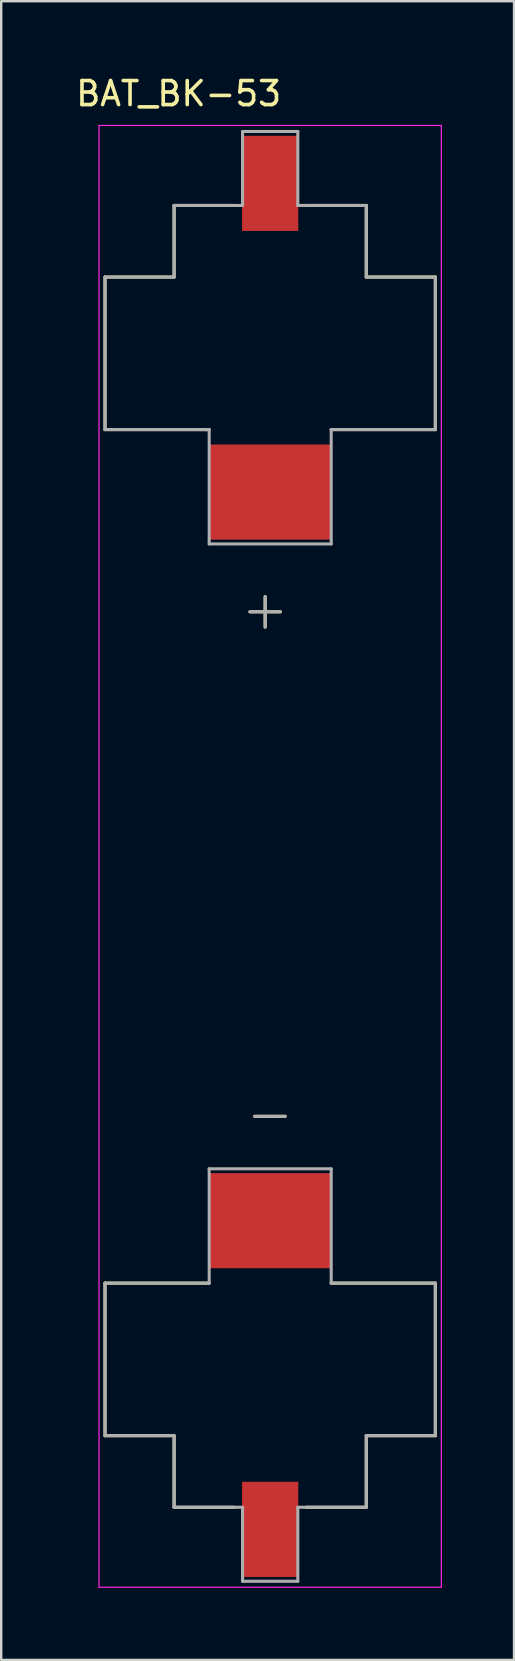
<source format=kicad_pcb>
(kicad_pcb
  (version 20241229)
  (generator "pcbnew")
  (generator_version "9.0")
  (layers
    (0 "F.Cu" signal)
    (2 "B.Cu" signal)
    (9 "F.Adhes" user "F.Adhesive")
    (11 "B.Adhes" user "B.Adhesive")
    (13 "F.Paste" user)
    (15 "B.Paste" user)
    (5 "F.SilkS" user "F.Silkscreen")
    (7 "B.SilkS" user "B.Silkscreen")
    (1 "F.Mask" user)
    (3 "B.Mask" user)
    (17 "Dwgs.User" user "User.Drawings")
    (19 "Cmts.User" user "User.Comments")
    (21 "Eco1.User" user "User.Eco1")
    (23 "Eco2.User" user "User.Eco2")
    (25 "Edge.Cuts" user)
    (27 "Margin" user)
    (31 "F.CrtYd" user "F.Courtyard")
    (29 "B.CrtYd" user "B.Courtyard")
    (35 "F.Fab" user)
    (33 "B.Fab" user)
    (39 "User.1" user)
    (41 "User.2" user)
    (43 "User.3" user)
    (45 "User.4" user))
  (footprint "BAT_BK-53"
    (layer "F.Cu")
    (at 8.197 32.598)
    (property "Reference" "BAT_BK-53" (at -3.81 -31.75 0) (layer "F.SilkS") (effects (font (size 1 1) (thickness 0.15))))
    (attr smd)
    (fp_line (start -6.875 -24.115) (end -6.875 -17.765) (stroke (width 0.127) (type solid)) (layer "F.SilkS"))
    (fp_line (start -6.875 -17.765) (end -2.54 -17.765) (stroke (width 0.127) (type solid)) (layer "F.SilkS"))
    (fp_line (start -6.875 17.765) (end -6.875 24.115) (stroke (width 0.127) (type solid)) (layer "F.SilkS"))
    (fp_line (start -6.875 24.115) (end -4 24.115) (stroke (width 0.127) (type solid)) (layer "F.SilkS"))
    (fp_line (start -4 -27.095) (end -4 -24.115) (stroke (width 0.127) (type solid)) (layer "F.SilkS"))
    (fp_line (start -4 -24.115) (end -6.875 -24.115) (stroke (width 0.127) (type solid)) (layer "F.SilkS"))
    (fp_line (start -4 24.115) (end -4 27.095) (stroke (width 0.127) (type solid)) (layer "F.SilkS"))
    (fp_line (start -4 27.095) (end -1.5 27.095) (stroke (width 0.127) (type solid)) (layer "F.SilkS"))
    (fp_line (start -2.54 17.765) (end -6.875 17.765) (stroke (width 0.127) (type solid)) (layer "F.SilkS"))
    (fp_line (start -1.5 -27.095) (end -4 -27.095) (stroke (width 0.127) (type solid)) (layer "F.SilkS"))
    (fp_line (start -0.845 -10.18) (end 0.425 -10.18) (stroke (width 0.127) (type solid)) (layer "F.SilkS"))
    (fp_line (start -0.645 10.82) (end 0.625 10.82) (stroke (width 0.127) (type solid)) (layer "F.SilkS"))
    (fp_line (start -0.21 -10.815) (end -0.21 -9.545) (stroke (width 0.127) (type solid)) (layer "F.SilkS"))
    (fp_line (start 1.5 27.095) (end 4 27.095) (stroke (width 0.127) (type solid)) (layer "F.SilkS"))
    (fp_line (start 2.54 -17.765) (end 6.875 -17.765) (stroke (width 0.127) (type solid)) (layer "F.SilkS"))
    (fp_line (start 4 -27.095) (end 1.5 -27.095) (stroke (width 0.127) (type solid)) (layer "F.SilkS"))
    (fp_line (start 4 -24.115) (end 4 -27.095) (stroke (width 0.127) (type solid)) (layer "F.SilkS"))
    (fp_line (start 4 24.115) (end 6.875 24.115) (stroke (width 0.127) (type solid)) (layer "F.SilkS"))
    (fp_line (start 4 27.095) (end 4 24.115) (stroke (width 0.127) (type solid)) (layer "F.SilkS"))
    (fp_line (start 6.875 -24.115) (end 4 -24.115) (stroke (width 0.127) (type solid)) (layer "F.SilkS"))
    (fp_line (start 6.875 -17.765) (end 6.875 -24.115) (stroke (width 0.127) (type solid)) (layer "F.SilkS"))
    (fp_line (start 6.875 17.765) (end 2.54 17.765) (stroke (width 0.127) (type solid)) (layer "F.SilkS"))
    (fp_line (start 6.875 24.115) (end 6.875 17.765) (stroke (width 0.127) (type solid)) (layer "F.SilkS"))
    (fp_line (start -7.125 -30.425) (end -7.125 30.425) (stroke (width 0.05) (type solid)) (layer "F.CrtYd"))
    (fp_line (start -7.125 30.425) (end 7.125 30.425) (stroke (width 0.05) (type solid)) (layer "F.CrtYd"))
    (fp_line (start 7.125 -30.425) (end -7.125 -30.425) (stroke (width 0.05) (type solid)) (layer "F.CrtYd"))
    (fp_line (start 7.125 30.425) (end 7.125 -30.425) (stroke (width 0.05) (type solid)) (layer "F.CrtYd"))
    (fp_line (start -6.875 -24.115) (end -6.875 -17.765) (stroke (width 0.127) (type solid)) (layer "F.Fab"))
    (fp_line (start -6.875 -17.765) (end -2.54 -17.765) (stroke (width 0.127) (type solid)) (layer "F.Fab"))
    (fp_line (start -6.875 17.765) (end -6.875 24.115) (stroke (width 0.127) (type solid)) (layer "F.Fab"))
    (fp_line (start -6.875 24.115) (end -4 24.115) (stroke (width 0.127) (type solid)) (layer "F.Fab"))
    (fp_line (start -4 -27.095) (end -4 -24.115) (stroke (width 0.127) (type solid)) (layer "F.Fab"))
    (fp_line (start -4 -24.115) (end -6.875 -24.115) (stroke (width 0.127) (type solid)) (layer "F.Fab"))
    (fp_line (start -4 24.115) (end -4 27.095) (stroke (width 0.127) (type solid)) (layer "F.Fab"))
    (fp_line (start -4 27.095) (end -1.15 27.095) (stroke (width 0.127) (type solid)) (layer "F.Fab"))
    (fp_line (start -2.54 -17.765) (end -2.54 -13.005) (stroke (width 0.127) (type solid)) (layer "F.Fab"))
    (fp_line (start -2.54 -13.005) (end 2.54 -13.005) (stroke (width 0.127) (type solid)) (layer "F.Fab"))
    (fp_line (start -2.54 13.005) (end -2.54 17.765) (stroke (width 0.127) (type solid)) (layer "F.Fab"))
    (fp_line (start -2.54 17.765) (end -6.875 17.765) (stroke (width 0.127) (type solid)) (layer "F.Fab"))
    (fp_line (start -1.15 -30.175) (end -1.15 -27.095) (stroke (width 0.127) (type solid)) (layer "F.Fab"))
    (fp_line (start -1.15 -27.095) (end -4 -27.095) (stroke (width 0.127) (type solid)) (layer "F.Fab"))
    (fp_line (start -1.15 27.095) (end -1.15 30.175) (stroke (width 0.127) (type solid)) (layer "F.Fab"))
    (fp_line (start -1.15 30.175) (end 1.15 30.175) (stroke (width 0.127) (type solid)) (layer "F.Fab"))
    (fp_line (start -0.845 -10.18) (end 0.425 -10.18) (stroke (width 0.127) (type solid)) (layer "F.Fab"))
    (fp_line (start -0.645 10.82) (end 0.625 10.82) (stroke (width 0.127) (type solid)) (layer "F.Fab"))
    (fp_line (start -0.21 -10.815) (end -0.21 -9.545) (stroke (width 0.127) (type solid)) (layer "F.Fab"))
    (fp_line (start 1.15 -30.175) (end -1.15 -30.175) (stroke (width 0.127) (type solid)) (layer "F.Fab"))
    (fp_line (start 1.15 -27.095) (end 1.15 -30.175) (stroke (width 0.127) (type solid)) (layer "F.Fab"))
    (fp_line (start 1.15 27.095) (end 4 27.095) (stroke (width 0.127) (type solid)) (layer "F.Fab"))
    (fp_line (start 1.15 30.175) (end 1.15 27.095) (stroke (width 0.127) (type solid)) (layer "F.Fab"))
    (fp_line (start 2.54 -17.765) (end 6.875 -17.765) (stroke (width 0.127) (type solid)) (layer "F.Fab"))
    (fp_line (start 2.54 -13.005) (end 2.54 -17.765) (stroke (width 0.127) (type solid)) (layer "F.Fab"))
    (fp_line (start 2.54 13.005) (end -2.54 13.005) (stroke (width 0.127) (type solid)) (layer "F.Fab"))
    (fp_line (start 2.54 17.765) (end 2.54 13.005) (stroke (width 0.127) (type solid)) (layer "F.Fab"))
    (fp_line (start 4 -27.095) (end 1.15 -27.095) (stroke (width 0.127) (type solid)) (layer "F.Fab"))
    (fp_line (start 4 -24.115) (end 4 -27.095) (stroke (width 0.127) (type solid)) (layer "F.Fab"))
    (fp_line (start 4 24.115) (end 6.875 24.115) (stroke (width 0.127) (type solid)) (layer "F.Fab"))
    (fp_line (start 4 27.095) (end 4 24.115) (stroke (width 0.127) (type solid)) (layer "F.Fab"))
    (fp_line (start 6.875 -24.115) (end 4 -24.115) (stroke (width 0.127) (type solid)) (layer "F.Fab"))
    (fp_line (start 6.875 -17.765) (end 6.875 -24.115) (stroke (width 0.127) (type solid)) (layer "F.Fab"))
    (fp_line (start 6.875 17.765) (end 2.54 17.765) (stroke (width 0.127) (type solid)) (layer "F.Fab"))
    (fp_line (start 6.875 24.115) (end 6.875 17.765) (stroke (width 0.127) (type solid)) (layer "F.Fab"))
    (pad "1+" smd rect (at 0 -28.015) (size 2.34 3.96) (layers "F.Cu" "F.Mask" "F.Paste"))
    (pad "1-" smd rect (at 0 15.165) (size 5.08 3.96) (layers "F.Cu" "F.Mask" "F.Paste"))
    (pad "2+" smd rect (at 0 -15.165) (size 5.08 3.96) (layers "F.Cu" "F.Mask" "F.Paste"))
    (pad "2-" smd rect (at 0 28.015) (size 2.34 3.96) (layers "F.Cu" "F.Mask" "F.Paste")))
  (gr_rect
    (start -3 -3)
    (end 18.347 66.048)
    (stroke (width 0.1) (type default))
    (fill no)
    (layer "Edge.Cuts")))
</source>
